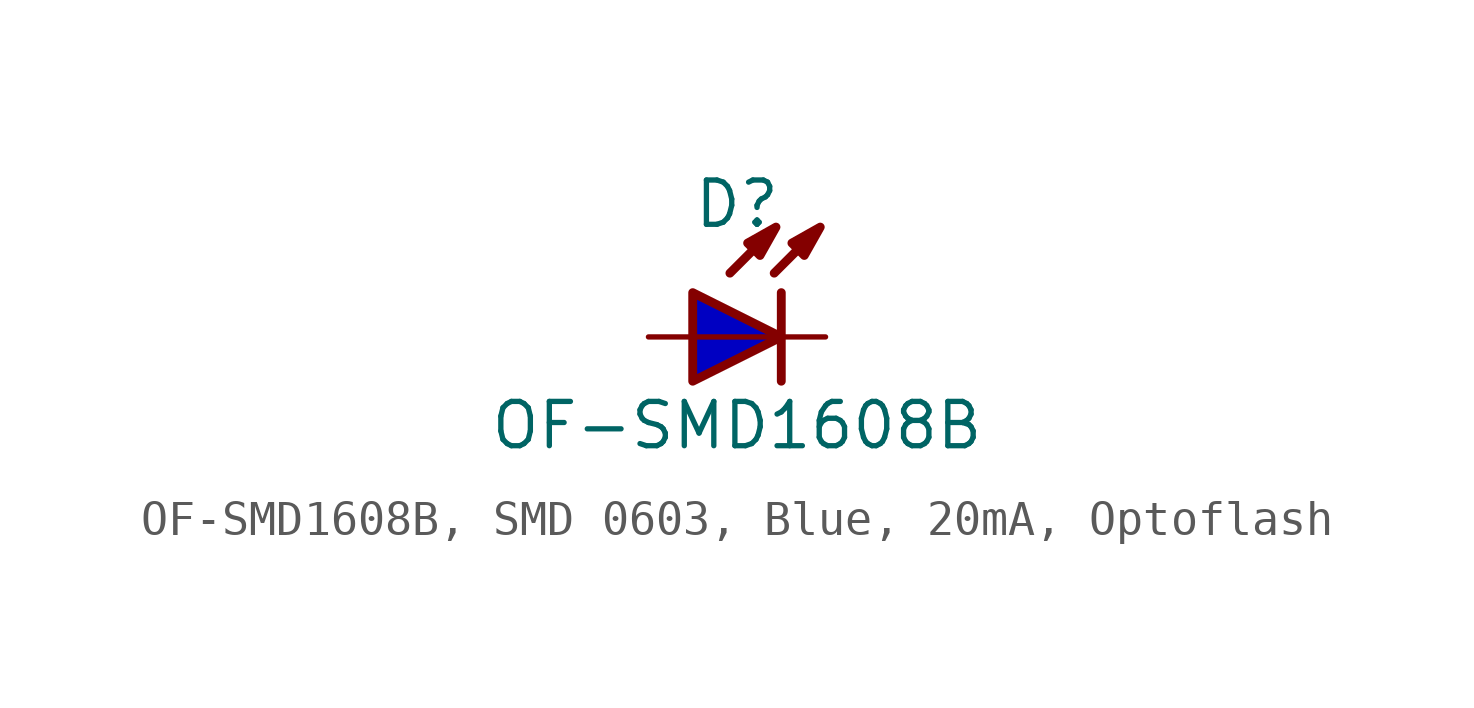
<source format=kicad_sym>
(kicad_symbol_lib
  (version 20241209)
  (generator "kicad_symbol_editor")
  (generator_version "9.0")
  (symbol "OF-SMD1608B, SMD 0603, Blue, 20mA, Optoflash"
    (pin_numbers
      (hide yes))
    (pin_names
      (offset 1.016)
      (hide yes))
    (property "Reference" "D"
      (at 0 3.81 0)
      (effects (font (size 1.27 1.27))))
    (property "Value" "OF-SMD1608B"
      (at 0 -2.54 0)
      (effects (font (size 1.27 1.27))))
    (symbol "OF-SMD1608B, SMD 0603, Blue, 20mA, Optoflash_0_0"
      (polyline (pts (xy -0.203 1.829) (xy 1.067 3.099)) (stroke (width 0.254) (type default)) (fill (type none)))
      (polyline (pts (xy 1.067 1.829) (xy 2.337 3.099)) (stroke (width 0.254) (type default)) (fill (type none)))
      (polyline (pts (xy 1.118 3.15) (xy 0.66 2.337) (xy 0.305 2.692) (xy 1.118 3.15)) (stroke (width 0.254) (type default)) (fill (type outline)))
      (polyline (pts (xy 1.27 0) (xy -1.27 0)) (stroke (width 0.152) (type default)) (fill (type none)))
      (polyline (pts (xy 2.388 3.15) (xy 1.93 2.337) (xy 1.575 2.692) (xy 2.388 3.15)) (stroke (width 0.254) (type default)) (fill (type outline))))
    (symbol "OF-SMD1608B, SMD 0603, Blue, 20mA, Optoflash_0_1"
      (polyline (pts (xy 1.27 1.27) (xy 1.27 -1.27)) (stroke (width 0.254) (type default)) (fill (type none))))
    (symbol "OF-SMD1608B, SMD 0603, Blue, 20mA, Optoflash_1_1"
      (polyline (pts (xy -1.27 1.27) (xy -1.27 -1.27) (xy 1.27 0) (xy -1.27 1.27)) (stroke (width 0.254) (type default)) (fill (type color) (color 0 0 194 1)))
      (pin passive line (at -2.54 0 0) (length 1.27) (name "A" (effects (font (size 1.27 1.27)))) (number "A" (effects (font (size 1.27 1.27)))))
      (pin passive line (at 2.54 0 180) (length 1.27) (name "C" (effects (font (size 1.27 1.27)))) (number "C" (effects (font (size 1.27 1.27))))))))
</source>
